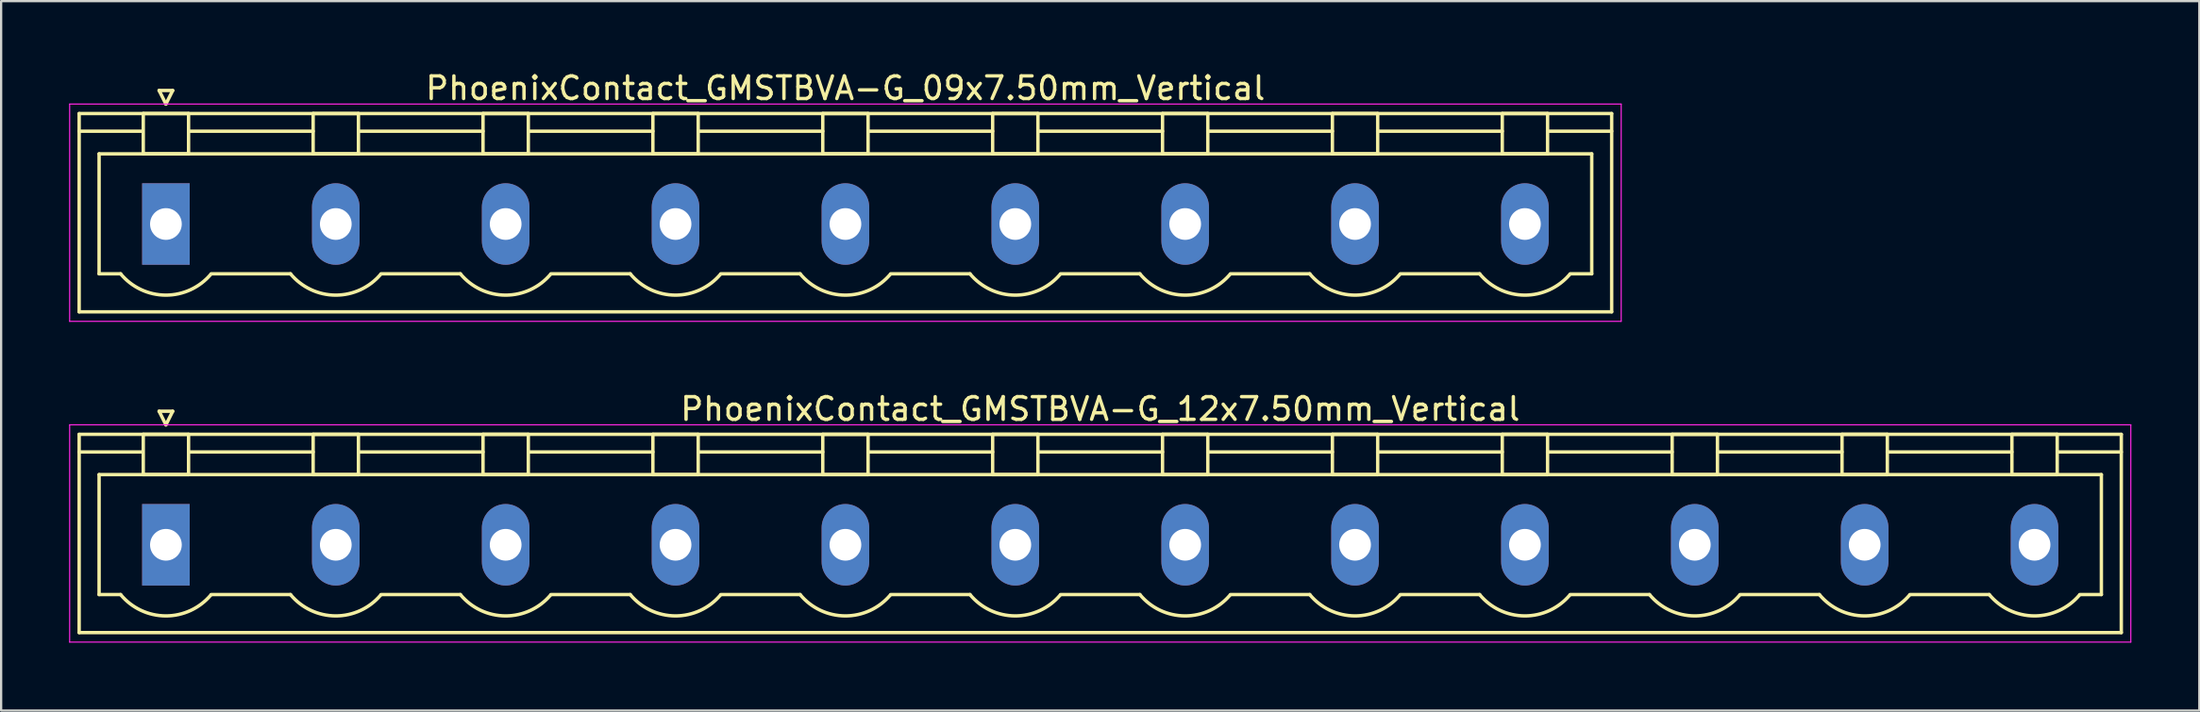
<source format=kicad_pcb>
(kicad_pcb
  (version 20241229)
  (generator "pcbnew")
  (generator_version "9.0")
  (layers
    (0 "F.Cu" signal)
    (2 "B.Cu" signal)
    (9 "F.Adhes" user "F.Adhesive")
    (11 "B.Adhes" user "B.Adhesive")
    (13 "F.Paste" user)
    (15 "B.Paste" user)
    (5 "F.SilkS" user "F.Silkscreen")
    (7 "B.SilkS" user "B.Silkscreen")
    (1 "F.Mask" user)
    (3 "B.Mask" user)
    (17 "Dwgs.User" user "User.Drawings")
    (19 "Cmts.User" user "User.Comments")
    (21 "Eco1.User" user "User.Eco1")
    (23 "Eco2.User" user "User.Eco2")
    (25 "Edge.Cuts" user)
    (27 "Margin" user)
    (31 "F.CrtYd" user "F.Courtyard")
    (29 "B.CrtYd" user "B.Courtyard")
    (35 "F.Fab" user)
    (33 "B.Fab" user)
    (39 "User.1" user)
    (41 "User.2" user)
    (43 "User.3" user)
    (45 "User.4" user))
  (footprint "PhoenixContact_GMSTBVA-G_09x7.50mm_Vertical"
    (layer "F.Cu")
    (at 4.275 6.848)
    (property "Reference" "PhoenixContact_GMSTBVA-G_09x7.50mm_Vertical" (at 30 -6 0) (layer "F.SilkS") (effects (font (size 1 1) (thickness 0.15))))
    (attr through_hole)
    (fp_line (start -3.83 -4.88) (end -3.83 3.88) (stroke (width 0.15) (type solid)) (layer "F.SilkS"))
    (fp_line (start -3.83 -4.1) (end -1.08 -4.1) (stroke (width 0.15) (type solid)) (layer "F.SilkS"))
    (fp_line (start -3.83 3.88) (end 63.83 3.88) (stroke (width 0.15) (type solid)) (layer "F.SilkS"))
    (fp_line (start -2.95 -3.1) (end 62.95 -3.1) (stroke (width 0.15) (type solid)) (layer "F.SilkS"))
    (fp_line (start -2.95 2.2) (end -2.95 -3.1) (stroke (width 0.15) (type solid)) (layer "F.SilkS"))
    (fp_line (start -2 2.2) (end -2.95 2.2) (stroke (width 0.15) (type solid)) (layer "F.SilkS"))
    (fp_line (start -1 -4.88) (end 1 -4.88) (stroke (width 0.15) (type solid)) (layer "F.SilkS"))
    (fp_line (start -1 -3.1) (end -1 -4.88) (stroke (width 0.15) (type solid)) (layer "F.SilkS"))
    (fp_line (start -0.3 -5.9) (end 0 -5.3) (stroke (width 0.15) (type solid)) (layer "F.SilkS"))
    (fp_line (start 0 -5.3) (end 0.3 -5.9) (stroke (width 0.15) (type solid)) (layer "F.SilkS"))
    (fp_line (start 0.3 -5.9) (end -0.3 -5.9) (stroke (width 0.15) (type solid)) (layer "F.SilkS"))
    (fp_line (start 1 -4.88) (end 1 -3.1) (stroke (width 0.15) (type solid)) (layer "F.SilkS"))
    (fp_line (start 1 -4.1) (end 6.5 -4.1) (stroke (width 0.15) (type solid)) (layer "F.SilkS"))
    (fp_line (start 1 -3.1) (end -1 -3.1) (stroke (width 0.15) (type solid)) (layer "F.SilkS"))
    (fp_line (start 2 2.2) (end 5.5 2.2) (stroke (width 0.15) (type solid)) (layer "F.SilkS"))
    (fp_line (start 6.5 -4.88) (end 8.5 -4.88) (stroke (width 0.15) (type solid)) (layer "F.SilkS"))
    (fp_line (start 6.5 -3.1) (end 6.5 -4.88) (stroke (width 0.15) (type solid)) (layer "F.SilkS"))
    (fp_line (start 8.5 -4.88) (end 8.5 -3.1) (stroke (width 0.15) (type solid)) (layer "F.SilkS"))
    (fp_line (start 8.5 -4.1) (end 14 -4.1) (stroke (width 0.15) (type solid)) (layer "F.SilkS"))
    (fp_line (start 8.5 -3.1) (end 6.5 -3.1) (stroke (width 0.15) (type solid)) (layer "F.SilkS"))
    (fp_line (start 9.5 2.2) (end 13 2.2) (stroke (width 0.15) (type solid)) (layer "F.SilkS"))
    (fp_line (start 14 -4.88) (end 16 -4.88) (stroke (width 0.15) (type solid)) (layer "F.SilkS"))
    (fp_line (start 14 -3.1) (end 14 -4.88) (stroke (width 0.15) (type solid)) (layer "F.SilkS"))
    (fp_line (start 16 -4.88) (end 16 -3.1) (stroke (width 0.15) (type solid)) (layer "F.SilkS"))
    (fp_line (start 16 -4.1) (end 21.5 -4.1) (stroke (width 0.15) (type solid)) (layer "F.SilkS"))
    (fp_line (start 16 -3.1) (end 14 -3.1) (stroke (width 0.15) (type solid)) (layer "F.SilkS"))
    (fp_line (start 17 2.2) (end 20.5 2.2) (stroke (width 0.15) (type solid)) (layer "F.SilkS"))
    (fp_line (start 21.5 -4.88) (end 23.5 -4.88) (stroke (width 0.15) (type solid)) (layer "F.SilkS"))
    (fp_line (start 21.5 -3.1) (end 21.5 -4.88) (stroke (width 0.15) (type solid)) (layer "F.SilkS"))
    (fp_line (start 23.5 -4.88) (end 23.5 -3.1) (stroke (width 0.15) (type solid)) (layer "F.SilkS"))
    (fp_line (start 23.5 -4.1) (end 29 -4.1) (stroke (width 0.15) (type solid)) (layer "F.SilkS"))
    (fp_line (start 23.5 -3.1) (end 21.5 -3.1) (stroke (width 0.15) (type solid)) (layer "F.SilkS"))
    (fp_line (start 24.5 2.2) (end 28 2.2) (stroke (width 0.15) (type solid)) (layer "F.SilkS"))
    (fp_line (start 29 -4.88) (end 31 -4.88) (stroke (width 0.15) (type solid)) (layer "F.SilkS"))
    (fp_line (start 29 -3.1) (end 29 -4.88) (stroke (width 0.15) (type solid)) (layer "F.SilkS"))
    (fp_line (start 31 -4.88) (end 31 -3.1) (stroke (width 0.15) (type solid)) (layer "F.SilkS"))
    (fp_line (start 31 -4.1) (end 36.5 -4.1) (stroke (width 0.15) (type solid)) (layer "F.SilkS"))
    (fp_line (start 31 -3.1) (end 29 -3.1) (stroke (width 0.15) (type solid)) (layer "F.SilkS"))
    (fp_line (start 32 2.2) (end 35.5 2.2) (stroke (width 0.15) (type solid)) (layer "F.SilkS"))
    (fp_line (start 36.5 -4.88) (end 38.5 -4.88) (stroke (width 0.15) (type solid)) (layer "F.SilkS"))
    (fp_line (start 36.5 -3.1) (end 36.5 -4.88) (stroke (width 0.15) (type solid)) (layer "F.SilkS"))
    (fp_line (start 38.5 -4.88) (end 38.5 -3.1) (stroke (width 0.15) (type solid)) (layer "F.SilkS"))
    (fp_line (start 38.5 -4.1) (end 44 -4.1) (stroke (width 0.15) (type solid)) (layer "F.SilkS"))
    (fp_line (start 38.5 -3.1) (end 36.5 -3.1) (stroke (width 0.15) (type solid)) (layer "F.SilkS"))
    (fp_line (start 39.5 2.2) (end 43 2.2) (stroke (width 0.15) (type solid)) (layer "F.SilkS"))
    (fp_line (start 44 -4.88) (end 46 -4.88) (stroke (width 0.15) (type solid)) (layer "F.SilkS"))
    (fp_line (start 44 -3.1) (end 44 -4.88) (stroke (width 0.15) (type solid)) (layer "F.SilkS"))
    (fp_line (start 46 -4.88) (end 46 -3.1) (stroke (width 0.15) (type solid)) (layer "F.SilkS"))
    (fp_line (start 46 -4.1) (end 51.5 -4.1) (stroke (width 0.15) (type solid)) (layer "F.SilkS"))
    (fp_line (start 46 -3.1) (end 44 -3.1) (stroke (width 0.15) (type solid)) (layer "F.SilkS"))
    (fp_line (start 47 2.2) (end 50.5 2.2) (stroke (width 0.15) (type solid)) (layer "F.SilkS"))
    (fp_line (start 51.5 -4.88) (end 53.5 -4.88) (stroke (width 0.15) (type solid)) (layer "F.SilkS"))
    (fp_line (start 51.5 -3.1) (end 51.5 -4.88) (stroke (width 0.15) (type solid)) (layer "F.SilkS"))
    (fp_line (start 53.5 -4.88) (end 53.5 -3.1) (stroke (width 0.15) (type solid)) (layer "F.SilkS"))
    (fp_line (start 53.5 -4.1) (end 59 -4.1) (stroke (width 0.15) (type solid)) (layer "F.SilkS"))
    (fp_line (start 53.5 -3.1) (end 51.5 -3.1) (stroke (width 0.15) (type solid)) (layer "F.SilkS"))
    (fp_line (start 54.5 2.2) (end 58 2.2) (stroke (width 0.15) (type solid)) (layer "F.SilkS"))
    (fp_line (start 59 -4.88) (end 61 -4.88) (stroke (width 0.15) (type solid)) (layer "F.SilkS"))
    (fp_line (start 59 -3.1) (end 59 -4.88) (stroke (width 0.15) (type solid)) (layer "F.SilkS"))
    (fp_line (start 61 -4.88) (end 61 -3.1) (stroke (width 0.15) (type solid)) (layer "F.SilkS"))
    (fp_line (start 61 -3.1) (end 59 -3.1) (stroke (width 0.15) (type solid)) (layer "F.SilkS"))
    (fp_line (start 62.95 -3.1) (end 62.95 2.2) (stroke (width 0.15) (type solid)) (layer "F.SilkS"))
    (fp_line (start 62.95 2.2) (end 62 2.2) (stroke (width 0.15) (type solid)) (layer "F.SilkS"))
    (fp_line (start 63.83 -4.88) (end -3.83 -4.88) (stroke (width 0.15) (type solid)) (layer "F.SilkS"))
    (fp_line (start 63.83 -4.1) (end 61.08 -4.1) (stroke (width 0.15) (type solid)) (layer "F.SilkS"))
    (fp_line (start 63.83 3.88) (end 63.83 -4.88) (stroke (width 0.15) (type solid)) (layer "F.SilkS"))
    (fp_arc (start 1.986842 2.215821) (mid -0.010289 3.142758) (end -2 2.2) (stroke (width 0.15) (type solid)) (layer "F.SilkS"))
    (fp_arc (start 9.486842 2.215821) (mid 7.489711 3.142758) (end 5.5 2.2) (stroke (width 0.15) (type solid)) (layer "F.SilkS"))
    (fp_arc (start 16.986842 2.215821) (mid 14.989711 3.142758) (end 13 2.2) (stroke (width 0.15) (type solid)) (layer "F.SilkS"))
    (fp_arc (start 24.486842 2.215821) (mid 22.489711 3.142758) (end 20.5 2.2) (stroke (width 0.15) (type solid)) (layer "F.SilkS"))
    (fp_arc (start 31.986842 2.215821) (mid 29.989711 3.142758) (end 28 2.2) (stroke (width 0.15) (type solid)) (layer "F.SilkS"))
    (fp_arc (start 39.486842 2.215821) (mid 37.489711 3.142758) (end 35.5 2.2) (stroke (width 0.15) (type solid)) (layer "F.SilkS"))
    (fp_arc (start 46.986842 2.215821) (mid 44.989711 3.142758) (end 43 2.2) (stroke (width 0.15) (type solid)) (layer "F.SilkS"))
    (fp_arc (start 54.486842 2.215821) (mid 52.489711 3.142758) (end 50.5 2.2) (stroke (width 0.15) (type solid)) (layer "F.SilkS"))
    (fp_arc (start 61.986842 2.215821) (mid 59.989711 3.142758) (end 58 2.2) (stroke (width 0.15) (type solid)) (layer "F.SilkS"))
    (fp_line (start -4.25 -5.3) (end -4.25 4.3) (stroke (width 0.05) (type solid)) (layer "F.CrtYd"))
    (fp_line (start -4.25 4.3) (end 64.25 4.3) (stroke (width 0.05) (type solid)) (layer "F.CrtYd"))
    (fp_line (start 64.25 -5.3) (end -4.25 -5.3) (stroke (width 0.05) (type solid)) (layer "F.CrtYd"))
    (fp_line (start 64.25 4.3) (end 64.25 -5.3) (stroke (width 0.05) (type solid)) (layer "F.CrtYd"))
    (pad "1" thru_hole rect (at 0 0) (size 2.1 3.6) (drill 1.4) (layers "*.Cu" "*.Mask"))
    (pad "2" thru_hole oval (at 7.5 0) (size 2.1 3.6) (drill 1.4) (layers "*.Cu" "*.Mask"))
    (pad "3" thru_hole oval (at 15 0) (size 2.1 3.6) (drill 1.4) (layers "*.Cu" "*.Mask"))
    (pad "4" thru_hole oval (at 22.5 0) (size 2.1 3.6) (drill 1.4) (layers "*.Cu" "*.Mask"))
    (pad "5" thru_hole oval (at 30 0) (size 2.1 3.6) (drill 1.4) (layers "*.Cu" "*.Mask"))
    (pad "6" thru_hole oval (at 37.5 0) (size 2.1 3.6) (drill 1.4) (layers "*.Cu" "*.Mask"))
    (pad "7" thru_hole oval (at 45 0) (size 2.1 3.6) (drill 1.4) (layers "*.Cu" "*.Mask"))
    (pad "8" thru_hole oval (at 52.5 0) (size 2.1 3.6) (drill 1.4) (layers "*.Cu" "*.Mask"))
    (pad "9" thru_hole oval (at 60 0) (size 2.1 3.6) (drill 1.4) (layers "*.Cu" "*.Mask")))
  (footprint "PhoenixContact_GMSTBVA-G_12x7.50mm_Vertical"
    (layer "F.Cu")
    (at 4.275 21.021)
    (property "Reference" "PhoenixContact_GMSTBVA-G_12x7.50mm_Vertical" (at 41.25 -6 0) (layer "F.SilkS") (effects (font (size 1 1) (thickness 0.15))))
    (attr through_hole)
    (fp_line (start -3.83 -4.88) (end -3.83 3.88) (stroke (width 0.15) (type solid)) (layer "F.SilkS"))
    (fp_line (start -3.83 -4.1) (end -1.08 -4.1) (stroke (width 0.15) (type solid)) (layer "F.SilkS"))
    (fp_line (start -3.83 3.88) (end 86.33 3.88) (stroke (width 0.15) (type solid)) (layer "F.SilkS"))
    (fp_line (start -2.95 -3.1) (end 85.45 -3.1) (stroke (width 0.15) (type solid)) (layer "F.SilkS"))
    (fp_line (start -2.95 2.2) (end -2.95 -3.1) (stroke (width 0.15) (type solid)) (layer "F.SilkS"))
    (fp_line (start -2 2.2) (end -2.95 2.2) (stroke (width 0.15) (type solid)) (layer "F.SilkS"))
    (fp_line (start -1 -4.88) (end 1 -4.88) (stroke (width 0.15) (type solid)) (layer "F.SilkS"))
    (fp_line (start -1 -3.1) (end -1 -4.88) (stroke (width 0.15) (type solid)) (layer "F.SilkS"))
    (fp_line (start -0.3 -5.9) (end 0 -5.3) (stroke (width 0.15) (type solid)) (layer "F.SilkS"))
    (fp_line (start 0 -5.3) (end 0.3 -5.9) (stroke (width 0.15) (type solid)) (layer "F.SilkS"))
    (fp_line (start 0.3 -5.9) (end -0.3 -5.9) (stroke (width 0.15) (type solid)) (layer "F.SilkS"))
    (fp_line (start 1 -4.88) (end 1 -3.1) (stroke (width 0.15) (type solid)) (layer "F.SilkS"))
    (fp_line (start 1 -4.1) (end 6.5 -4.1) (stroke (width 0.15) (type solid)) (layer "F.SilkS"))
    (fp_line (start 1 -3.1) (end -1 -3.1) (stroke (width 0.15) (type solid)) (layer "F.SilkS"))
    (fp_line (start 2 2.2) (end 5.5 2.2) (stroke (width 0.15) (type solid)) (layer "F.SilkS"))
    (fp_line (start 6.5 -4.88) (end 8.5 -4.88) (stroke (width 0.15) (type solid)) (layer "F.SilkS"))
    (fp_line (start 6.5 -3.1) (end 6.5 -4.88) (stroke (width 0.15) (type solid)) (layer "F.SilkS"))
    (fp_line (start 8.5 -4.88) (end 8.5 -3.1) (stroke (width 0.15) (type solid)) (layer "F.SilkS"))
    (fp_line (start 8.5 -4.1) (end 14 -4.1) (stroke (width 0.15) (type solid)) (layer "F.SilkS"))
    (fp_line (start 8.5 -3.1) (end 6.5 -3.1) (stroke (width 0.15) (type solid)) (layer "F.SilkS"))
    (fp_line (start 9.5 2.2) (end 13 2.2) (stroke (width 0.15) (type solid)) (layer "F.SilkS"))
    (fp_line (start 14 -4.88) (end 16 -4.88) (stroke (width 0.15) (type solid)) (layer "F.SilkS"))
    (fp_line (start 14 -3.1) (end 14 -4.88) (stroke (width 0.15) (type solid)) (layer "F.SilkS"))
    (fp_line (start 16 -4.88) (end 16 -3.1) (stroke (width 0.15) (type solid)) (layer "F.SilkS"))
    (fp_line (start 16 -4.1) (end 21.5 -4.1) (stroke (width 0.15) (type solid)) (layer "F.SilkS"))
    (fp_line (start 16 -3.1) (end 14 -3.1) (stroke (width 0.15) (type solid)) (layer "F.SilkS"))
    (fp_line (start 17 2.2) (end 20.5 2.2) (stroke (width 0.15) (type solid)) (layer "F.SilkS"))
    (fp_line (start 21.5 -4.88) (end 23.5 -4.88) (stroke (width 0.15) (type solid)) (layer "F.SilkS"))
    (fp_line (start 21.5 -3.1) (end 21.5 -4.88) (stroke (width 0.15) (type solid)) (layer "F.SilkS"))
    (fp_line (start 23.5 -4.88) (end 23.5 -3.1) (stroke (width 0.15) (type solid)) (layer "F.SilkS"))
    (fp_line (start 23.5 -4.1) (end 29 -4.1) (stroke (width 0.15) (type solid)) (layer "F.SilkS"))
    (fp_line (start 23.5 -3.1) (end 21.5 -3.1) (stroke (width 0.15) (type solid)) (layer "F.SilkS"))
    (fp_line (start 24.5 2.2) (end 28 2.2) (stroke (width 0.15) (type solid)) (layer "F.SilkS"))
    (fp_line (start 29 -4.88) (end 31 -4.88) (stroke (width 0.15) (type solid)) (layer "F.SilkS"))
    (fp_line (start 29 -3.1) (end 29 -4.88) (stroke (width 0.15) (type solid)) (layer "F.SilkS"))
    (fp_line (start 31 -4.88) (end 31 -3.1) (stroke (width 0.15) (type solid)) (layer "F.SilkS"))
    (fp_line (start 31 -4.1) (end 36.5 -4.1) (stroke (width 0.15) (type solid)) (layer "F.SilkS"))
    (fp_line (start 31 -3.1) (end 29 -3.1) (stroke (width 0.15) (type solid)) (layer "F.SilkS"))
    (fp_line (start 32 2.2) (end 35.5 2.2) (stroke (width 0.15) (type solid)) (layer "F.SilkS"))
    (fp_line (start 36.5 -4.88) (end 38.5 -4.88) (stroke (width 0.15) (type solid)) (layer "F.SilkS"))
    (fp_line (start 36.5 -3.1) (end 36.5 -4.88) (stroke (width 0.15) (type solid)) (layer "F.SilkS"))
    (fp_line (start 38.5 -4.88) (end 38.5 -3.1) (stroke (width 0.15) (type solid)) (layer "F.SilkS"))
    (fp_line (start 38.5 -4.1) (end 44 -4.1) (stroke (width 0.15) (type solid)) (layer "F.SilkS"))
    (fp_line (start 38.5 -3.1) (end 36.5 -3.1) (stroke (width 0.15) (type solid)) (layer "F.SilkS"))
    (fp_line (start 39.5 2.2) (end 43 2.2) (stroke (width 0.15) (type solid)) (layer "F.SilkS"))
    (fp_line (start 44 -4.88) (end 46 -4.88) (stroke (width 0.15) (type solid)) (layer "F.SilkS"))
    (fp_line (start 44 -3.1) (end 44 -4.88) (stroke (width 0.15) (type solid)) (layer "F.SilkS"))
    (fp_line (start 46 -4.88) (end 46 -3.1) (stroke (width 0.15) (type solid)) (layer "F.SilkS"))
    (fp_line (start 46 -4.1) (end 51.5 -4.1) (stroke (width 0.15) (type solid)) (layer "F.SilkS"))
    (fp_line (start 46 -3.1) (end 44 -3.1) (stroke (width 0.15) (type solid)) (layer "F.SilkS"))
    (fp_line (start 47 2.2) (end 50.5 2.2) (stroke (width 0.15) (type solid)) (layer "F.SilkS"))
    (fp_line (start 51.5 -4.88) (end 53.5 -4.88) (stroke (width 0.15) (type solid)) (layer "F.SilkS"))
    (fp_line (start 51.5 -3.1) (end 51.5 -4.88) (stroke (width 0.15) (type solid)) (layer "F.SilkS"))
    (fp_line (start 53.5 -4.88) (end 53.5 -3.1) (stroke (width 0.15) (type solid)) (layer "F.SilkS"))
    (fp_line (start 53.5 -4.1) (end 59 -4.1) (stroke (width 0.15) (type solid)) (layer "F.SilkS"))
    (fp_line (start 53.5 -3.1) (end 51.5 -3.1) (stroke (width 0.15) (type solid)) (layer "F.SilkS"))
    (fp_line (start 54.5 2.2) (end 58 2.2) (stroke (width 0.15) (type solid)) (layer "F.SilkS"))
    (fp_line (start 59 -4.88) (end 61 -4.88) (stroke (width 0.15) (type solid)) (layer "F.SilkS"))
    (fp_line (start 59 -3.1) (end 59 -4.88) (stroke (width 0.15) (type solid)) (layer "F.SilkS"))
    (fp_line (start 61 -4.88) (end 61 -3.1) (stroke (width 0.15) (type solid)) (layer "F.SilkS"))
    (fp_line (start 61 -4.1) (end 66.5 -4.1) (stroke (width 0.15) (type solid)) (layer "F.SilkS"))
    (fp_line (start 61 -3.1) (end 59 -3.1) (stroke (width 0.15) (type solid)) (layer "F.SilkS"))
    (fp_line (start 62 2.2) (end 65.5 2.2) (stroke (width 0.15) (type solid)) (layer "F.SilkS"))
    (fp_line (start 66.5 -4.88) (end 68.5 -4.88) (stroke (width 0.15) (type solid)) (layer "F.SilkS"))
    (fp_line (start 66.5 -3.1) (end 66.5 -4.88) (stroke (width 0.15) (type solid)) (layer "F.SilkS"))
    (fp_line (start 68.5 -4.88) (end 68.5 -3.1) (stroke (width 0.15) (type solid)) (layer "F.SilkS"))
    (fp_line (start 68.5 -4.1) (end 74 -4.1) (stroke (width 0.15) (type solid)) (layer "F.SilkS"))
    (fp_line (start 68.5 -3.1) (end 66.5 -3.1) (stroke (width 0.15) (type solid)) (layer "F.SilkS"))
    (fp_line (start 69.5 2.2) (end 73 2.2) (stroke (width 0.15) (type solid)) (layer "F.SilkS"))
    (fp_line (start 74 -4.88) (end 76 -4.88) (stroke (width 0.15) (type solid)) (layer "F.SilkS"))
    (fp_line (start 74 -3.1) (end 74 -4.88) (stroke (width 0.15) (type solid)) (layer "F.SilkS"))
    (fp_line (start 76 -4.88) (end 76 -3.1) (stroke (width 0.15) (type solid)) (layer "F.SilkS"))
    (fp_line (start 76 -4.1) (end 81.5 -4.1) (stroke (width 0.15) (type solid)) (layer "F.SilkS"))
    (fp_line (start 76 -3.1) (end 74 -3.1) (stroke (width 0.15) (type solid)) (layer "F.SilkS"))
    (fp_line (start 77 2.2) (end 80.5 2.2) (stroke (width 0.15) (type solid)) (layer "F.SilkS"))
    (fp_line (start 81.5 -4.88) (end 83.5 -4.88) (stroke (width 0.15) (type solid)) (layer "F.SilkS"))
    (fp_line (start 81.5 -3.1) (end 81.5 -4.88) (stroke (width 0.15) (type solid)) (layer "F.SilkS"))
    (fp_line (start 83.5 -4.88) (end 83.5 -3.1) (stroke (width 0.15) (type solid)) (layer "F.SilkS"))
    (fp_line (start 83.5 -3.1) (end 81.5 -3.1) (stroke (width 0.15) (type solid)) (layer "F.SilkS"))
    (fp_line (start 85.45 -3.1) (end 85.45 2.2) (stroke (width 0.15) (type solid)) (layer "F.SilkS"))
    (fp_line (start 85.45 2.2) (end 84.5 2.2) (stroke (width 0.15) (type solid)) (layer "F.SilkS"))
    (fp_line (start 86.33 -4.88) (end -3.83 -4.88) (stroke (width 0.15) (type solid)) (layer "F.SilkS"))
    (fp_line (start 86.33 -4.1) (end 83.58 -4.1) (stroke (width 0.15) (type solid)) (layer "F.SilkS"))
    (fp_line (start 86.33 3.88) (end 86.33 -4.88) (stroke (width 0.15) (type solid)) (layer "F.SilkS"))
    (fp_arc (start 1.986842 2.215821) (mid -0.010289 3.142758) (end -2 2.2) (stroke (width 0.15) (type solid)) (layer "F.SilkS"))
    (fp_arc (start 9.486842 2.215821) (mid 7.489711 3.142758) (end 5.5 2.2) (stroke (width 0.15) (type solid)) (layer "F.SilkS"))
    (fp_arc (start 16.986842 2.215821) (mid 14.989711 3.142758) (end 13 2.2) (stroke (width 0.15) (type solid)) (layer "F.SilkS"))
    (fp_arc (start 24.486842 2.215821) (mid 22.489711 3.142758) (end 20.5 2.2) (stroke (width 0.15) (type solid)) (layer "F.SilkS"))
    (fp_arc (start 31.986842 2.215821) (mid 29.989711 3.142758) (end 28 2.2) (stroke (width 0.15) (type solid)) (layer "F.SilkS"))
    (fp_arc (start 39.486842 2.215821) (mid 37.489711 3.142758) (end 35.5 2.2) (stroke (width 0.15) (type solid)) (layer "F.SilkS"))
    (fp_arc (start 46.986842 2.215821) (mid 44.989711 3.142758) (end 43 2.2) (stroke (width 0.15) (type solid)) (layer "F.SilkS"))
    (fp_arc (start 54.486842 2.215821) (mid 52.489711 3.142758) (end 50.5 2.2) (stroke (width 0.15) (type solid)) (layer "F.SilkS"))
    (fp_arc (start 61.986842 2.215821) (mid 59.989711 3.142758) (end 58 2.2) (stroke (width 0.15) (type solid)) (layer "F.SilkS"))
    (fp_arc (start 69.486842 2.215821) (mid 67.489711 3.142758) (end 65.5 2.2) (stroke (width 0.15) (type solid)) (layer "F.SilkS"))
    (fp_arc (start 76.986842 2.215821) (mid 74.989711 3.142758) (end 73 2.2) (stroke (width 0.15) (type solid)) (layer "F.SilkS"))
    (fp_arc (start 84.486842 2.215821) (mid 82.489711 3.142758) (end 80.5 2.2) (stroke (width 0.15) (type solid)) (layer "F.SilkS"))
    (fp_line (start -4.25 -5.3) (end -4.25 4.3) (stroke (width 0.05) (type solid)) (layer "F.CrtYd"))
    (fp_line (start -4.25 4.3) (end 86.75 4.3) (stroke (width 0.05) (type solid)) (layer "F.CrtYd"))
    (fp_line (start 86.75 -5.3) (end -4.25 -5.3) (stroke (width 0.05) (type solid)) (layer "F.CrtYd"))
    (fp_line (start 86.75 4.3) (end 86.75 -5.3) (stroke (width 0.05) (type solid)) (layer "F.CrtYd"))
    (pad "1" thru_hole rect (at 0 0) (size 2.1 3.6) (drill 1.4) (layers "*.Cu" "*.Mask"))
    (pad "2" thru_hole oval (at 7.5 0) (size 2.1 3.6) (drill 1.4) (layers "*.Cu" "*.Mask"))
    (pad "3" thru_hole oval (at 15 0) (size 2.1 3.6) (drill 1.4) (layers "*.Cu" "*.Mask"))
    (pad "4" thru_hole oval (at 22.5 0) (size 2.1 3.6) (drill 1.4) (layers "*.Cu" "*.Mask"))
    (pad "5" thru_hole oval (at 30 0) (size 2.1 3.6) (drill 1.4) (layers "*.Cu" "*.Mask"))
    (pad "6" thru_hole oval (at 37.5 0) (size 2.1 3.6) (drill 1.4) (layers "*.Cu" "*.Mask"))
    (pad "7" thru_hole oval (at 45 0) (size 2.1 3.6) (drill 1.4) (layers "*.Cu" "*.Mask"))
    (pad "8" thru_hole oval (at 52.5 0) (size 2.1 3.6) (drill 1.4) (layers "*.Cu" "*.Mask"))
    (pad "9" thru_hole oval (at 60 0) (size 2.1 3.6) (drill 1.4) (layers "*.Cu" "*.Mask"))
    (pad "10" thru_hole oval (at 67.5 0) (size 2.1 3.6) (drill 1.4) (layers "*.Cu" "*.Mask"))
    (pad "11" thru_hole oval (at 75 0) (size 2.1 3.6) (drill 1.4) (layers "*.Cu" "*.Mask"))
    (pad "12" thru_hole oval (at 82.5 0) (size 2.1 3.6) (drill 1.4) (layers "*.Cu" "*.Mask")))
  (gr_rect
    (start -3 -3)
    (end 94.05 28.346)
    (stroke (width 0.1) (type default))
    (fill no)
    (layer "Edge.Cuts")))
</source>
